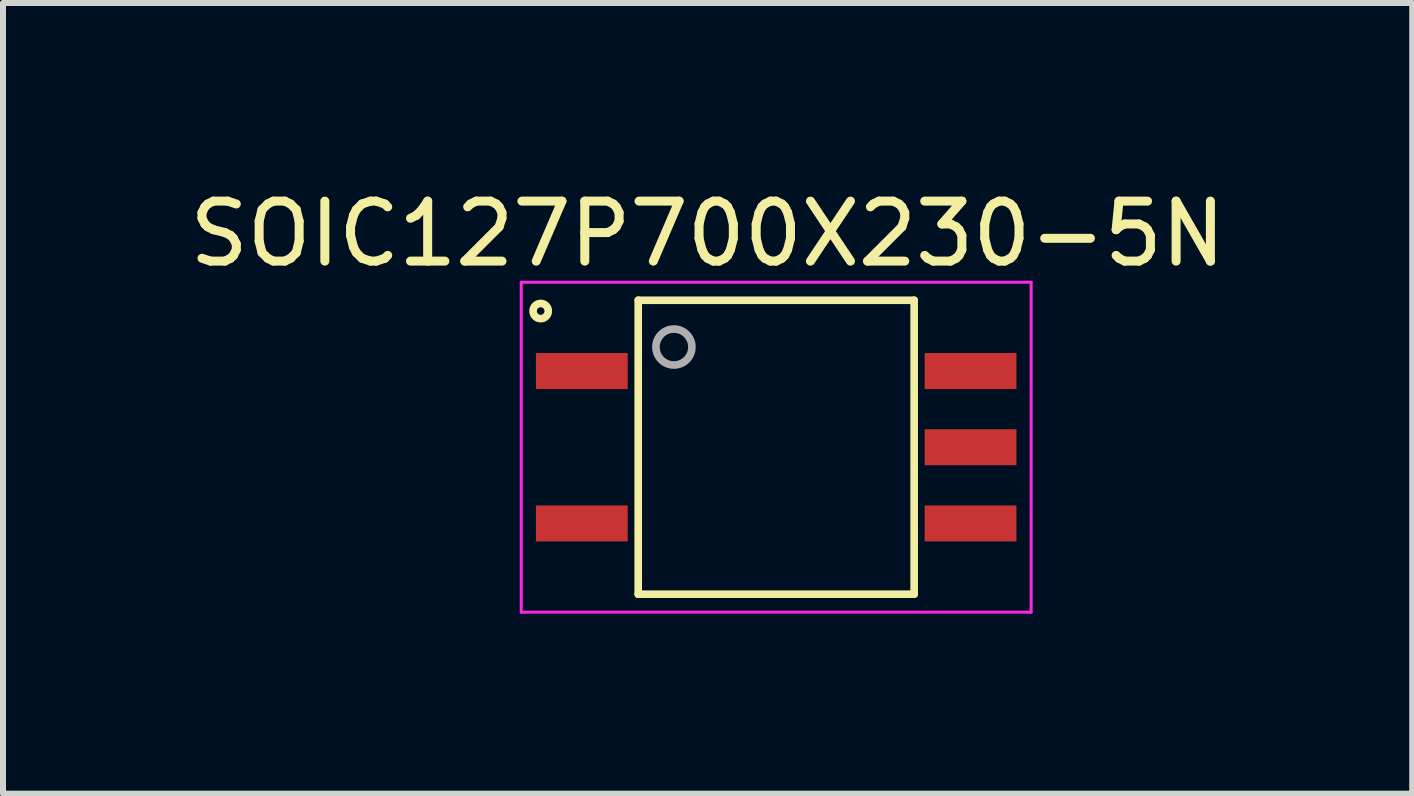
<source format=kicad_pcb>
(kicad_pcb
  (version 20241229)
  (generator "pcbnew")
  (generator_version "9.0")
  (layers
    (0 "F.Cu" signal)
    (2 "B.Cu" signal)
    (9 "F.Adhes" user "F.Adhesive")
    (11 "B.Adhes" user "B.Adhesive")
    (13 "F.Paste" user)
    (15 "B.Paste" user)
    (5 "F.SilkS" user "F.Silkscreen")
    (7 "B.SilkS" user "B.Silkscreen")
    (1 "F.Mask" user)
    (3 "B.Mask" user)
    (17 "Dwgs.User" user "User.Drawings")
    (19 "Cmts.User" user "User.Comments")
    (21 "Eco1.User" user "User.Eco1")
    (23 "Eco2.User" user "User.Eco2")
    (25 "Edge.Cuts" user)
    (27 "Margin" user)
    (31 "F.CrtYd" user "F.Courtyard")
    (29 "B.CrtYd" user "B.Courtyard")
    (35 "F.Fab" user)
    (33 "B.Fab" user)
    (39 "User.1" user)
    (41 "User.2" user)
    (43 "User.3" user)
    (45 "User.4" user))
  (footprint "SOIC127P700X230-5N"
    (layer "F.Cu")
    (at 9.889 4.405)
    (property "Reference" "SOIC127P700X230-5N" (at -1.143 -3.557 0) (layer "F.SilkS") (effects (font (size 1 1) (thickness 0.15))))
    (attr through_hole)
    (fp_line (start -2.3 -2.45) (end -2.3 2.45) (stroke (width 0.127) (type solid)) (layer "F.SilkS"))
    (fp_line (start -2.3 2.45) (end 2.3 2.45) (stroke (width 0.127) (type solid)) (layer "F.SilkS"))
    (fp_line (start 2.3 -2.45) (end -2.3 -2.45) (stroke (width 0.127) (type solid)) (layer "F.SilkS"))
    (fp_line (start 2.3 2.45) (end 2.3 -2.45) (stroke (width 0.127) (type solid)) (layer "F.SilkS"))
    (fp_circle (center -3.926 -2.27) (end -3.799 -2.27) (stroke (width 0.127) (type solid)) (fill no) (layer "F.SilkS"))
    (fp_line (start -4.25 -2.75) (end 4.25 -2.75) (stroke (width 0.05) (type solid)) (layer "F.CrtYd"))
    (fp_line (start -4.25 2.75) (end -4.25 -2.75) (stroke (width 0.05) (type solid)) (layer "F.CrtYd"))
    (fp_line (start 4.25 -2.75) (end 4.25 2.75) (stroke (width 0.05) (type solid)) (layer "F.CrtYd"))
    (fp_line (start 4.25 2.75) (end -4.25 2.75) (stroke (width 0.05) (type solid)) (layer "F.CrtYd"))
    (fp_circle (center -1.705 -1.67) (end -1.405 -1.67) (stroke (width 0.127) (type solid)) (fill no) (layer "F.Fab"))
    (pad "1" smd rect (at -3.24 -1.27) (size 1.53 0.6) (layers "F.Cu" "F.Mask" "F.Paste"))
    (pad "3" smd rect (at -3.24 1.27) (size 1.53 0.6) (layers "F.Cu" "F.Mask" "F.Paste"))
    (pad "4" smd rect (at 3.24 1.27) (size 1.53 0.6) (layers "F.Cu" "F.Mask" "F.Paste"))
    (pad "5" smd rect (at 3.24 0) (size 1.53 0.6) (layers "F.Cu" "F.Mask" "F.Paste"))
    (pad "6" smd rect (at 3.24 -1.27) (size 1.53 0.6) (layers "F.Cu" "F.Mask" "F.Paste")))
  (gr_rect
    (start -3 -3)
    (end 20.492 10.18)
    (stroke (width 0.1) (type default))
    (fill no)
    (layer "Edge.Cuts")))
</source>
